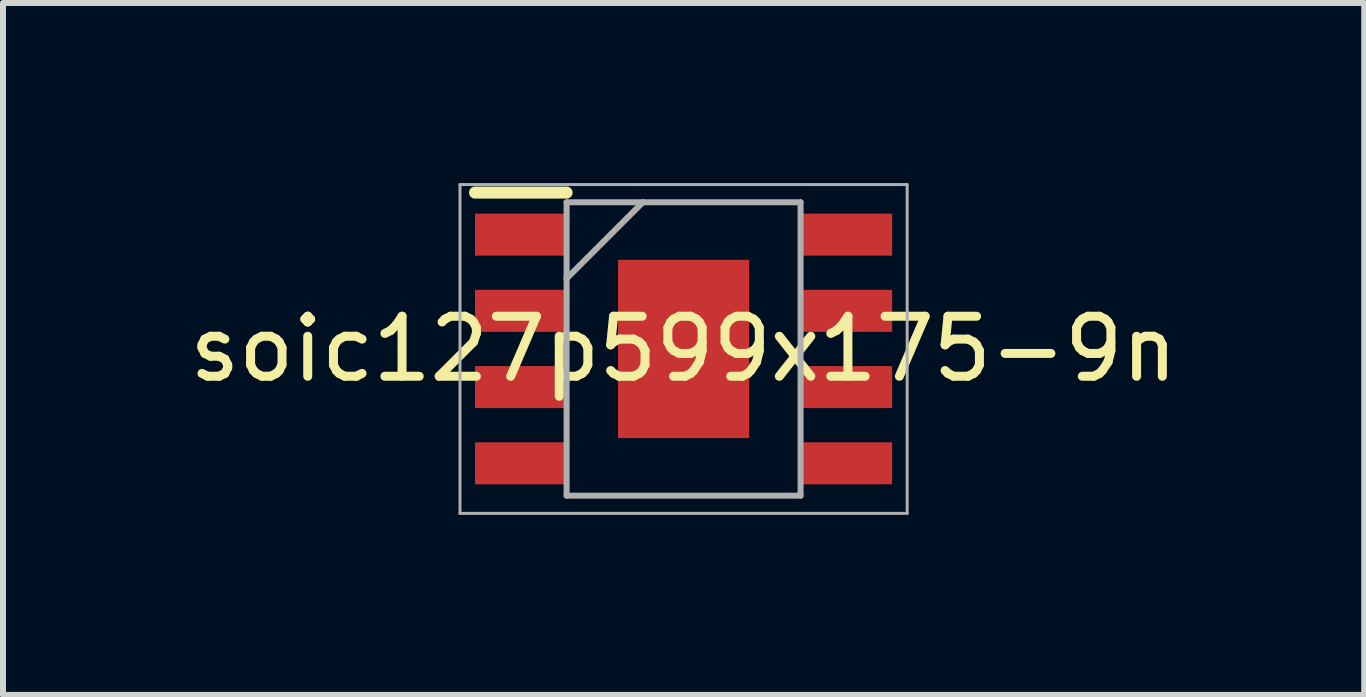
<source format=kicad_pcb>
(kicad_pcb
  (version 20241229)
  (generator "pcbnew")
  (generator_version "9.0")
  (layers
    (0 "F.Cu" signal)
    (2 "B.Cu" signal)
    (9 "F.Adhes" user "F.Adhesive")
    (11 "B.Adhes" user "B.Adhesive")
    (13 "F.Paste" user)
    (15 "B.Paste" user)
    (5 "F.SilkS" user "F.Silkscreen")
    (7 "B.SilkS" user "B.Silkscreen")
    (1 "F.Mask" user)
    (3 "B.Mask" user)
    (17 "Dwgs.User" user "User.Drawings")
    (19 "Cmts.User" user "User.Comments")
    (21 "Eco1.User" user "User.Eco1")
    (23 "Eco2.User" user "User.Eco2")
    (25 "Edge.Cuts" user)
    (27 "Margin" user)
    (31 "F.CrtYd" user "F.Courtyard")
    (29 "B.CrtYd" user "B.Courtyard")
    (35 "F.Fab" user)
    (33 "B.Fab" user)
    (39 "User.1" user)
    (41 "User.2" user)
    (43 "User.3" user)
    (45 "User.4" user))
  (footprint "soic127p599x175-9n"
    (layer "F.Cu")
    (at 8.339 2.963)
    (property "Reference" "soic127p599x175-9n" (at 0 -0.199 0) (layer "F.SilkS") (effects (font (size 1 1) (thickness 0.15))))
    (attr smd)
    (fp_line (start -3.475 -2.804) (end -1.949 -2.804) (stroke (width 0.2) (type solid)) (layer "F.SilkS"))
    (fp_line (start -3.725 -2.938) (end 3.725 -2.938) (stroke (width 0.05) (type solid)) (layer "F.Fab"))
    (fp_line (start -3.725 2.54) (end -3.725 -2.938) (stroke (width 0.05) (type solid)) (layer "F.Fab"))
    (fp_line (start -1.949 -2.643) (end -0.679 -2.643) (stroke (width 0.1) (type solid)) (layer "F.Fab"))
    (fp_line (start -1.949 -1.373) (end -1.949 -2.643) (stroke (width 0.1) (type solid)) (layer "F.Fab"))
    (fp_line (start -1.949 -1.373) (end -0.679 -2.643) (stroke (width 0.1) (type solid)) (layer "F.Fab"))
    (fp_line (start -1.949 2.245) (end -1.949 -1.373) (stroke (width 0.1) (type solid)) (layer "F.Fab"))
    (fp_line (start -0.679 -2.643) (end 1.949 -2.643) (stroke (width 0.1) (type solid)) (layer "F.Fab"))
    (fp_line (start 1.949 -2.643) (end 1.949 2.245) (stroke (width 0.1) (type solid)) (layer "F.Fab"))
    (fp_line (start 1.949 2.245) (end -1.949 2.245) (stroke (width 0.1) (type solid)) (layer "F.Fab"))
    (fp_line (start 3.725 -2.938) (end 3.725 2.54) (stroke (width 0.05) (type solid)) (layer "F.Fab"))
    (fp_line (start 3.725 2.54) (end -3.725 2.54) (stroke (width 0.05) (type solid)) (layer "F.Fab"))
    (pad "1" smd rect (at -2.712 -2.104) (size 1.526 0.7) (layers "F.Cu" "F.Mask" "F.Paste"))
    (pad "2" smd rect (at -2.712 -0.834) (size 1.526 0.7) (layers "F.Cu" "F.Mask" "F.Paste"))
    (pad "3" smd rect (at -2.712 0.436) (size 1.526 0.7) (layers "F.Cu" "F.Mask" "F.Paste"))
    (pad "4" smd rect (at -2.712 1.706) (size 1.526 0.7) (layers "F.Cu" "F.Mask" "F.Paste"))
    (pad "5" smd rect (at 2.712 1.706) (size 1.526 0.7) (layers "F.Cu" "F.Mask" "F.Paste"))
    (pad "6" smd rect (at 2.712 0.436) (size 1.526 0.7) (layers "F.Cu" "F.Mask" "F.Paste"))
    (pad "7" smd rect (at 2.712 -0.834) (size 1.526 0.7) (layers "F.Cu" "F.Mask" "F.Paste"))
    (pad "8" smd rect (at 2.712 -2.104) (size 1.526 0.7) (layers "F.Cu" "F.Mask" "F.Paste"))
    (pad "9" smd rect (at 0 -0.199 90) (size 2.971 2.184) (layers "F.Cu" "F.Mask" "F.Paste")))
  (gr_rect
    (start -3 -3)
    (end 19.679 8.528)
    (stroke (width 0.1) (type default))
    (fill no)
    (layer "Edge.Cuts")))
</source>
